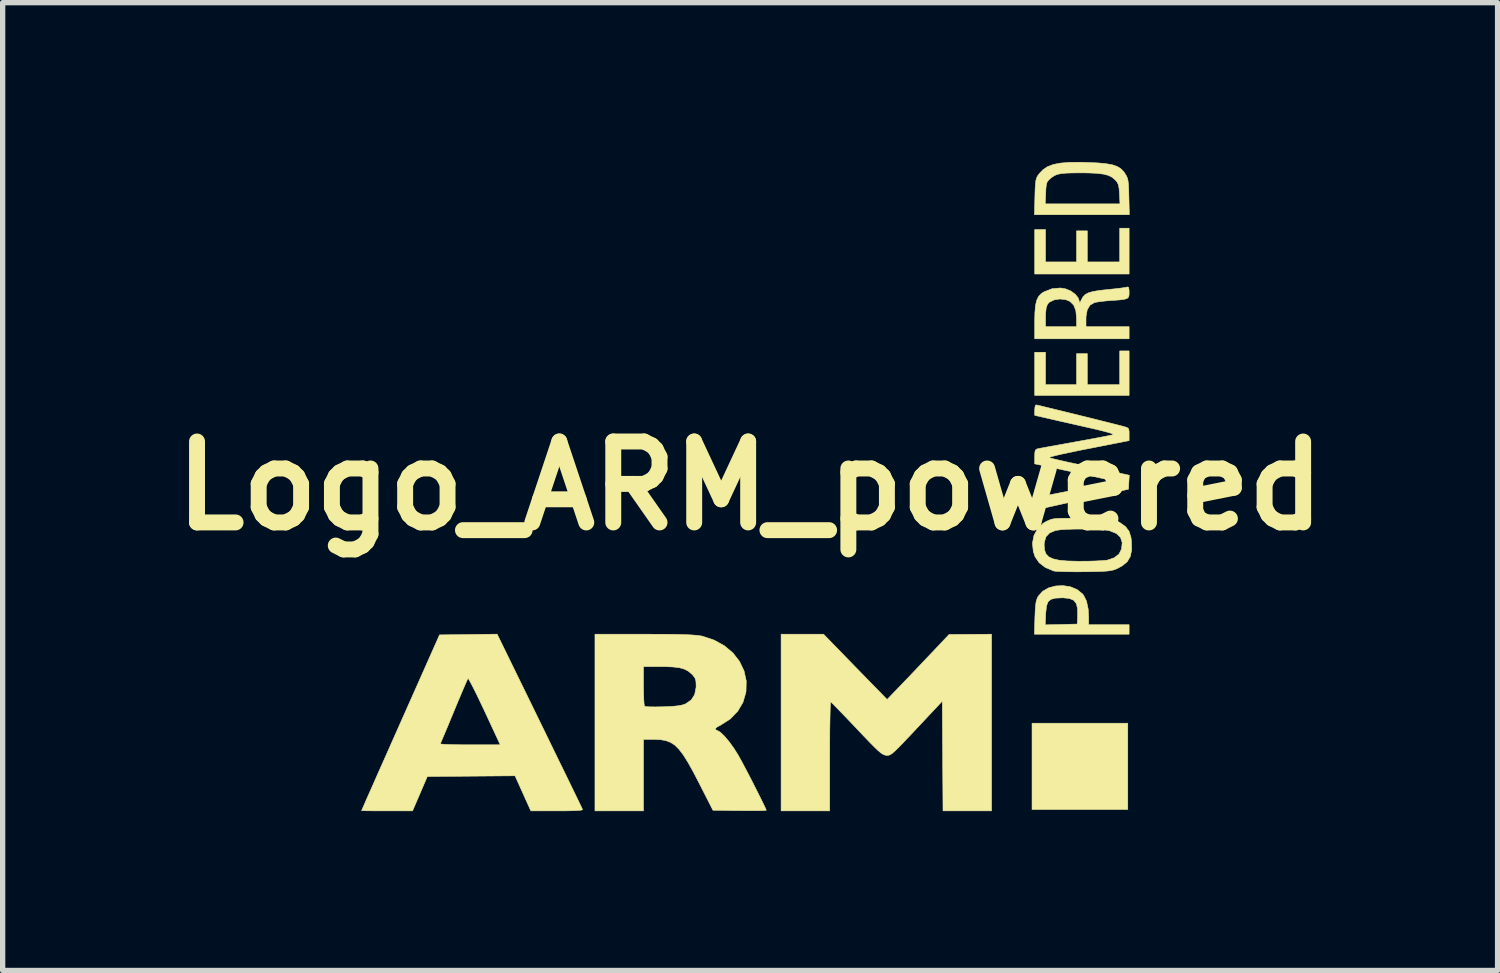
<source format=kicad_pcb>
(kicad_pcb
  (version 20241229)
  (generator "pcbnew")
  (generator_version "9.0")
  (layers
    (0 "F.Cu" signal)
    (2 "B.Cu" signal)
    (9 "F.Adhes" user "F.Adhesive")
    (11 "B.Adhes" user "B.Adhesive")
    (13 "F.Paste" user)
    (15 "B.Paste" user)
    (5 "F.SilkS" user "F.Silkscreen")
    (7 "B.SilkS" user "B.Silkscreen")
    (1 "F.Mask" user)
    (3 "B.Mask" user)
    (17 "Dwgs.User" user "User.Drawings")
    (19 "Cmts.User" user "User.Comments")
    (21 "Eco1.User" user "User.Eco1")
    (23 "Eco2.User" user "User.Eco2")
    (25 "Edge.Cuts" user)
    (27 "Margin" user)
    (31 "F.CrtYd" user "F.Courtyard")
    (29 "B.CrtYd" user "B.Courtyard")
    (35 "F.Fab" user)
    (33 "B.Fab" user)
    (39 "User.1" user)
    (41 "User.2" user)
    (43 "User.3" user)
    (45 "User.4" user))
  (footprint "Logo_ARM_powered"
    (layer "F.Cu")
    (at 11.074 6.098)
    (property "Reference" "Logo_ARM_powered" (at 0 0 0) (layer "F.SilkS") (effects (font (size 1.524 1.524) (thickness 0.3))))
    (attr through_hole)
    (fp_poly (pts (xy 7.112 6.096) (xy 5.309 6.096) (xy 5.309 4.47) (xy 7.112 4.47) (xy 7.112 6.096)) (stroke (width 0.01) (type solid)) (fill yes) (layer "F.SilkS"))
    (fp_poly (pts (xy 7.137 -3.988) (xy 5.359 -3.988) (xy 5.359 -4.826) (xy 5.563 -4.826) (xy 5.563 -4.216) (xy 6.147 -4.216) (xy 6.147 -4.801) (xy 6.35 -4.801) (xy 6.35 -4.216) (xy 6.96 -4.216) (xy 6.96 -4.851) (xy 7.137 -4.851) (xy 7.137 -3.988)) (stroke (width 0.01) (type solid)) (fill yes) (layer "F.SilkS"))
    (fp_poly (pts (xy 7.137 -1.702) (xy 5.359 -1.702) (xy 5.359 -2.515) (xy 5.563 -2.515) (xy 5.563 -1.905) (xy 6.147 -1.905) (xy 6.147 -2.489) (xy 6.35 -2.489) (xy 6.35 -1.905) (xy 6.96 -1.905) (xy 6.96 -2.54) (xy 7.137 -2.54) (xy 7.137 -1.702)) (stroke (width 0.01) (type solid)) (fill yes) (layer "F.SilkS"))
    (fp_poly (pts (xy 6.033 1.901) (xy 6.159 1.954) (xy 6.261 2.037) (xy 6.279 2.059) (xy 6.335 2.171) (xy 6.367 2.325) (xy 6.375 2.47) (xy 6.375 2.616) (xy 7.137 2.616) (xy 7.137 2.794) (xy 5.354 2.794) (xy 5.359 2.618) (xy 5.557 2.618) (xy 5.858 2.611) (xy 6.16 2.603) (xy 6.167 2.465) (xy 6.167 2.322) (xy 6.145 2.222) (xy 6.096 2.156) (xy 6.014 2.121) (xy 5.896 2.109) (xy 5.874 2.109) (xy 5.748 2.115) (xy 5.663 2.138) (xy 5.61 2.185) (xy 5.581 2.265) (xy 5.568 2.386) (xy 5.566 2.412) (xy 5.557 2.618) (xy 5.359 2.618) (xy 5.363 2.483) (xy 5.369 2.342) (xy 5.377 2.241) (xy 5.389 2.168) (xy 5.408 2.114) (xy 5.423 2.083) (xy 5.506 1.988) (xy 5.619 1.922) (xy 5.752 1.886) (xy 5.893 1.879) (xy 6.033 1.901)) (stroke (width 0.01) (type solid)) (fill yes) (layer "F.SilkS"))
    (fp_poly (pts (xy 1.981 3.409) (xy 2.58 4.023) (xy 2.872 3.72) (xy 3.002 3.585) (xy 3.149 3.43) (xy 3.298 3.273) (xy 3.432 3.132) (xy 3.455 3.108) (xy 3.747 2.799) (xy 4.547 2.794) (xy 4.547 6.121) (xy 3.633 6.121) (xy 3.626 5.088) (xy 3.619 4.055) (xy 3.137 4.568) (xy 2.995 4.72) (xy 2.882 4.838) (xy 2.796 4.927) (xy 2.73 4.991) (xy 2.681 5.034) (xy 2.644 5.06) (xy 2.614 5.072) (xy 2.587 5.076) (xy 2.565 5.075) (xy 2.535 5.069) (xy 2.502 5.055) (xy 2.462 5.029) (xy 2.41 4.985) (xy 2.342 4.92) (xy 2.253 4.83) (xy 2.139 4.711) (xy 2.007 4.572) (xy 1.882 4.44) (xy 1.768 4.321) (xy 1.67 4.22) (xy 1.593 4.14) (xy 1.541 4.088) (xy 1.518 4.068) (xy 1.514 4.091) (xy 1.51 4.159) (xy 1.507 4.267) (xy 1.504 4.411) (xy 1.501 4.584) (xy 1.5 4.781) (xy 1.499 4.998) (xy 1.499 5.091) (xy 1.499 6.121) (xy 0.584 6.121) (xy 0.584 2.794) (xy 1.383 2.794) (xy 1.981 3.409)) (stroke (width 0.01) (type solid)) (fill yes) (layer "F.SilkS"))
    (fp_poly (pts (xy 6.357 -6.089) (xy 6.554 -6.08) (xy 6.707 -6.065) (xy 6.825 -6.044) (xy 6.914 -6.013) (xy 6.981 -5.971) (xy 7.035 -5.916) (xy 7.056 -5.886) (xy 7.084 -5.84) (xy 7.104 -5.797) (xy 7.117 -5.743) (xy 7.125 -5.67) (xy 7.13 -5.567) (xy 7.133 -5.444) (xy 7.141 -5.105) (xy 5.354 -5.105) (xy 5.36 -5.309) (xy 5.557 -5.309) (xy 6.965 -5.309) (xy 6.956 -5.498) (xy 6.948 -5.6) (xy 6.935 -5.668) (xy 6.912 -5.717) (xy 6.874 -5.762) (xy 6.817 -5.81) (xy 6.745 -5.846) (xy 6.65 -5.87) (xy 6.526 -5.885) (xy 6.363 -5.892) (xy 6.24 -5.893) (xy 6.073 -5.892) (xy 5.947 -5.888) (xy 5.854 -5.879) (xy 5.785 -5.864) (xy 5.73 -5.841) (xy 5.682 -5.809) (xy 5.66 -5.792) (xy 5.618 -5.754) (xy 5.592 -5.717) (xy 5.578 -5.667) (xy 5.57 -5.591) (xy 5.567 -5.515) (xy 5.557 -5.309) (xy 5.36 -5.309) (xy 5.363 -5.444) (xy 5.367 -5.582) (xy 5.373 -5.68) (xy 5.381 -5.747) (xy 5.394 -5.795) (xy 5.413 -5.834) (xy 5.442 -5.874) (xy 5.443 -5.876) (xy 5.514 -5.951) (xy 5.6 -6.009) (xy 5.709 -6.051) (xy 5.845 -6.077) (xy 6.016 -6.091) (xy 6.227 -6.093) (xy 6.357 -6.089)) (stroke (width 0.01) (type solid)) (fill yes) (layer "F.SilkS"))
    (fp_poly (pts (xy 7.128 -3.735) (xy 7.137 -3.677) (xy 7.137 -3.649) (xy 7.136 -3.592) (xy 7.126 -3.553) (xy 7.099 -3.528) (xy 7.047 -3.512) (xy 6.963 -3.501) (xy 6.837 -3.492) (xy 6.813 -3.491) (xy 6.695 -3.481) (xy 6.588 -3.469) (xy 6.508 -3.456) (xy 6.483 -3.45) (xy 6.401 -3.402) (xy 6.349 -3.316) (xy 6.326 -3.19) (xy 6.325 -3.138) (xy 6.325 -2.997) (xy 7.137 -2.997) (xy 7.137 -2.769) (xy 5.359 -2.769) (xy 5.359 -3.086) (xy 5.361 -3.182) (xy 5.563 -3.182) (xy 5.563 -2.997) (xy 6.147 -2.997) (xy 6.147 -3.156) (xy 6.134 -3.3) (xy 6.093 -3.404) (xy 6.023 -3.473) (xy 5.945 -3.505) (xy 5.834 -3.518) (xy 5.726 -3.501) (xy 5.639 -3.46) (xy 5.602 -3.423) (xy 5.576 -3.354) (xy 5.564 -3.242) (xy 5.563 -3.182) (xy 5.361 -3.182) (xy 5.363 -3.261) (xy 5.374 -3.395) (xy 5.397 -3.493) (xy 5.432 -3.566) (xy 5.483 -3.619) (xy 5.534 -3.652) (xy 5.688 -3.712) (xy 5.847 -3.725) (xy 5.942 -3.709) (xy 6.04 -3.668) (xy 6.123 -3.607) (xy 6.18 -3.536) (xy 6.199 -3.475) (xy 6.202 -3.442) (xy 6.212 -3.449) (xy 6.235 -3.497) (xy 6.267 -3.557) (xy 6.31 -3.602) (xy 6.373 -3.635) (xy 6.462 -3.66) (xy 6.587 -3.68) (xy 6.743 -3.697) (xy 6.871 -3.71) (xy 6.981 -3.723) (xy 7.063 -3.735) (xy 7.107 -3.744) (xy 7.111 -3.746) (xy 7.128 -3.735)) (stroke (width 0.01) (type solid)) (fill yes) (layer "F.SilkS"))
    (fp_poly (pts (xy -3.962 4.433) (xy -3.831 4.702) (xy -3.706 4.959) (xy -3.589 5.199) (xy -3.482 5.418) (xy -3.387 5.613) (xy -3.306 5.78) (xy -3.24 5.916) (xy -3.192 6.016) (xy -3.163 6.078) (xy -3.154 6.097) (xy -3.175 6.106) (xy -3.244 6.113) (xy -3.356 6.118) (xy -3.508 6.121) (xy -3.636 6.121) (xy -4.128 6.121) (xy -4.277 5.791) (xy -4.426 5.46) (xy -5.252 5.467) (xy -6.078 5.474) (xy -6.217 5.798) (xy -6.356 6.121) (xy -6.836 6.121) (xy -6.985 6.121) (xy -7.116 6.12) (xy -7.22 6.119) (xy -7.289 6.117) (xy -7.315 6.115) (xy -7.315 6.115) (xy -7.305 6.091) (xy -7.276 6.025) (xy -7.23 5.919) (xy -7.167 5.778) (xy -7.091 5.606) (xy -7.003 5.406) (xy -6.903 5.182) (xy -6.794 4.937) (xy -6.759 4.858) (xy -5.833 4.858) (xy -5.813 4.863) (xy -5.748 4.868) (xy -5.647 4.872) (xy -5.515 4.875) (xy -5.361 4.877) (xy -5.275 4.877) (xy -4.704 4.877) (xy -4.999 4.242) (xy -5.077 4.078) (xy -5.148 3.93) (xy -5.21 3.806) (xy -5.26 3.71) (xy -5.294 3.648) (xy -5.311 3.626) (xy -5.312 3.626) (xy -5.326 3.654) (xy -5.356 3.722) (xy -5.4 3.824) (xy -5.455 3.954) (xy -5.519 4.105) (xy -5.575 4.242) (xy -5.643 4.405) (xy -5.704 4.553) (xy -5.757 4.678) (xy -5.798 4.775) (xy -5.824 4.837) (xy -5.833 4.858) (xy -6.759 4.858) (xy -6.678 4.675) (xy -6.581 4.457) (xy -5.848 2.807) (xy -4.763 2.793) (xy -3.962 4.433)) (stroke (width 0.01) (type solid)) (fill yes) (layer "F.SilkS"))
    (fp_poly (pts (xy 6.071 0.611) (xy 6.249 0.614) (xy 6.278 0.614) (xy 6.462 0.617) (xy 6.602 0.62) (xy 6.707 0.624) (xy 6.784 0.63) (xy 6.839 0.638) (xy 6.882 0.65) (xy 6.918 0.666) (xy 6.956 0.688) (xy 6.962 0.691) (xy 7.069 0.768) (xy 7.136 0.856) (xy 7.172 0.97) (xy 7.181 1.042) (xy 7.185 1.204) (xy 7.16 1.33) (xy 7.102 1.429) (xy 7.005 1.508) (xy 6.911 1.559) (xy 6.866 1.577) (xy 6.818 1.591) (xy 6.759 1.601) (xy 6.68 1.608) (xy 6.573 1.613) (xy 6.43 1.616) (xy 6.287 1.618) (xy 6.127 1.619) (xy 5.981 1.617) (xy 5.859 1.614) (xy 5.768 1.61) (xy 5.718 1.604) (xy 5.715 1.603) (xy 5.557 1.536) (xy 5.443 1.448) (xy 5.366 1.335) (xy 5.333 1.237) (xy 5.321 1.118) (xy 5.537 1.118) (xy 5.545 1.21) (xy 5.572 1.282) (xy 5.624 1.337) (xy 5.704 1.375) (xy 5.819 1.401) (xy 5.973 1.415) (xy 6.172 1.42) (xy 6.223 1.42) (xy 6.369 1.419) (xy 6.506 1.415) (xy 6.622 1.409) (xy 6.705 1.402) (xy 6.727 1.399) (xy 6.857 1.355) (xy 6.948 1.283) (xy 6.995 1.189) (xy 7.007 1.067) (xy 6.974 0.97) (xy 6.897 0.897) (xy 6.775 0.848) (xy 6.754 0.843) (xy 6.67 0.83) (xy 6.549 0.821) (xy 6.404 0.816) (xy 6.247 0.814) (xy 6.091 0.815) (xy 5.948 0.82) (xy 5.83 0.829) (xy 5.751 0.841) (xy 5.751 0.841) (xy 5.64 0.887) (xy 5.571 0.96) (xy 5.54 1.066) (xy 5.537 1.118) (xy 5.321 1.118) (xy 5.317 1.079) (xy 5.346 0.933) (xy 5.415 0.805) (xy 5.52 0.704) (xy 5.578 0.671) (xy 5.622 0.65) (xy 5.662 0.634) (xy 5.706 0.623) (xy 5.761 0.616) (xy 5.835 0.612) (xy 5.936 0.611) (xy 6.071 0.611)) (stroke (width 0.01) (type solid)) (fill yes) (layer "F.SilkS"))
    (fp_poly (pts (xy -1.988 2.794) (xy -1.726 2.795) (xy -1.509 2.796) (xy -1.334 2.799) (xy -1.193 2.803) (xy -1.083 2.809) (xy -0.997 2.816) (xy -0.931 2.825) (xy -0.895 2.832) (xy -0.675 2.906) (xy -0.483 3.012) (xy -0.323 3.147) (xy -0.199 3.306) (xy -0.114 3.484) (xy -0.072 3.676) (xy -0.077 3.877) (xy -0.079 3.889) (xy -0.134 4.077) (xy -0.233 4.245) (xy -0.372 4.389) (xy -0.547 4.501) (xy -0.552 4.504) (xy -0.627 4.545) (xy -0.656 4.575) (xy -0.641 4.597) (xy -0.611 4.61) (xy -0.553 4.646) (xy -0.479 4.718) (xy -0.395 4.818) (xy -0.308 4.938) (xy -0.225 5.069) (xy -0.207 5.102) (xy -0.161 5.185) (xy -0.104 5.292) (xy -0.038 5.417) (xy 0.031 5.551) (xy 0.1 5.687) (xy 0.165 5.816) (xy 0.222 5.93) (xy 0.267 6.023) (xy 0.296 6.085) (xy 0.305 6.109) (xy 0.281 6.113) (xy 0.213 6.115) (xy 0.111 6.117) (xy -0.02 6.117) (xy -0.171 6.116) (xy -0.197 6.116) (xy -0.699 6.109) (xy -0.953 5.611) (xy -1.068 5.389) (xy -1.168 5.21) (xy -1.256 5.069) (xy -1.338 4.962) (xy -1.417 4.883) (xy -1.499 4.83) (xy -1.588 4.797) (xy -1.687 4.78) (xy -1.803 4.775) (xy -1.811 4.775) (xy -2.007 4.775) (xy -2.007 6.121) (xy -2.921 6.121) (xy -2.921 3.768) (xy -2.007 3.768) (xy -2.005 3.899) (xy -2.002 4.012) (xy -1.997 4.097) (xy -1.99 4.145) (xy -1.988 4.151) (xy -1.956 4.158) (xy -1.884 4.162) (xy -1.782 4.163) (xy -1.66 4.161) (xy -1.638 4.161) (xy -1.485 4.154) (xy -1.372 4.144) (xy -1.289 4.13) (xy -1.227 4.111) (xy -1.21 4.103) (xy -1.106 4.03) (xy -1.043 3.929) (xy -1.017 3.796) (xy -1.016 3.763) (xy -1.02 3.677) (xy -1.038 3.618) (xy -1.079 3.565) (xy -1.1 3.543) (xy -1.163 3.49) (xy -1.236 3.452) (xy -1.327 3.426) (xy -1.447 3.411) (xy -1.603 3.404) (xy -1.695 3.404) (xy -2.007 3.404) (xy -2.007 3.768) (xy -2.921 3.768) (xy -2.921 2.794) (xy -1.988 2.794)) (stroke (width 0.01) (type solid)) (fill yes) (layer "F.SilkS"))
    (fp_poly (pts (xy 5.414 -1.518) (xy 5.485 -1.502) (xy 5.591 -1.476) (xy 5.726 -1.443) (xy 5.882 -1.405) (xy 6.053 -1.363) (xy 6.231 -1.319) (xy 6.41 -1.275) (xy 6.582 -1.232) (xy 6.741 -1.192) (xy 6.88 -1.157) (xy 6.991 -1.129) (xy 7.042 -1.115) (xy 7.1 -1.097) (xy 7.128 -1.072) (xy 7.137 -1.024) (xy 7.137 -0.971) (xy 7.137 -0.851) (xy 6.374 -0.701) (xy 6.185 -0.664) (xy 6.015 -0.628) (xy 5.869 -0.597) (xy 5.753 -0.57) (xy 5.672 -0.549) (xy 5.633 -0.536) (xy 5.631 -0.533) (xy 5.661 -0.522) (xy 5.733 -0.503) (xy 5.841 -0.478) (xy 5.976 -0.447) (xy 6.132 -0.414) (xy 6.223 -0.394) (xy 6.399 -0.358) (xy 6.569 -0.322) (xy 6.723 -0.289) (xy 6.851 -0.262) (xy 6.944 -0.242) (xy 6.967 -0.237) (xy 7.14 -0.199) (xy 7.132 -0.068) (xy 7.125 0.064) (xy 6.312 0.245) (xy 6.113 0.29) (xy 5.927 0.331) (xy 5.762 0.368) (xy 5.622 0.399) (xy 5.515 0.423) (xy 5.448 0.438) (xy 5.429 0.442) (xy 5.386 0.447) (xy 5.366 0.433) (xy 5.36 0.386) (xy 5.359 0.344) (xy 5.365 0.267) (xy 5.385 0.228) (xy 5.404 0.219) (xy 5.44 0.21) (xy 5.519 0.194) (xy 5.634 0.171) (xy 5.777 0.143) (xy 5.943 0.11) (xy 6.121 0.076) (xy 6.302 0.041) (xy 6.468 0.008) (xy 6.613 -0.021) (xy 6.729 -0.044) (xy 6.808 -0.061) (xy 6.845 -0.069) (xy 6.854 -0.074) (xy 6.851 -0.08) (xy 6.831 -0.089) (xy 6.792 -0.101) (xy 6.728 -0.117) (xy 6.637 -0.138) (xy 6.514 -0.166) (xy 6.355 -0.201) (xy 6.157 -0.244) (xy 5.915 -0.295) (xy 5.747 -0.331) (xy 5.359 -0.414) (xy 5.359 -0.549) (xy 5.362 -0.629) (xy 5.373 -0.673) (xy 5.398 -0.692) (xy 5.417 -0.698) (xy 5.456 -0.706) (xy 5.539 -0.721) (xy 5.657 -0.743) (xy 5.802 -0.769) (xy 5.969 -0.799) (xy 6.121 -0.827) (xy 6.3 -0.859) (xy 6.464 -0.889) (xy 6.606 -0.916) (xy 6.72 -0.938) (xy 6.797 -0.954) (xy 6.829 -0.961) (xy 6.836 -0.971) (xy 6.807 -0.986) (xy 6.739 -1.007) (xy 6.629 -1.036) (xy 6.475 -1.073) (xy 6.347 -1.102) (xy 6.171 -1.142) (xy 5.996 -1.182) (xy 5.834 -1.218) (xy 5.697 -1.25) (xy 5.595 -1.273) (xy 5.582 -1.276) (xy 5.359 -1.327) (xy 5.359 -1.426) (xy 5.365 -1.488) (xy 5.38 -1.522) (xy 5.385 -1.524) (xy 5.414 -1.518)) (stroke (width 0.01) (type solid)) (fill yes) (layer "F.SilkS")))
  (gr_rect
    (start -3 -3)
    (end 25.149 15.224)
    (stroke (width 0.1) (type default))
    (fill no)
    (layer "Edge.Cuts")))
</source>
